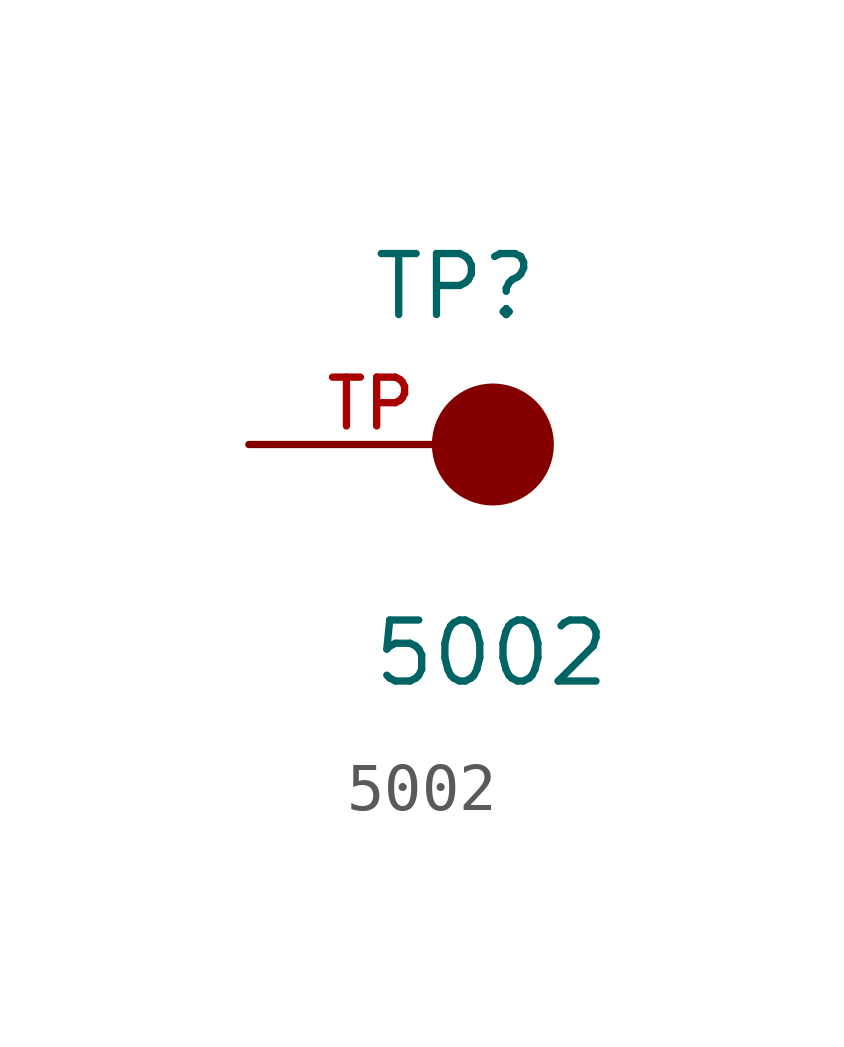
<source format=kicad_sym>
(kicad_symbol_lib
  (version 20231120)
  (generator "kicad_symbol_editor")
  (generator_version "8.0")
  (symbol "5002"
    (pin_names
      (offset 1.016))
    (property "Reference" "TP"
      (at -2.544 2.542 0)
      (effects (font (size 1.27 1.27)) (justify left bottom)))
    (property "Value" "5002"
      (at -2.55 -5.087 0)
      (effects (font (size 1.27 1.27)) (justify left bottom)))
    (symbol "5002_0_0"
      (circle (center 0 0) (radius 0.635) (stroke (width 1.27) (type default)) (fill (type none)))
      (pin passive line (at -5.08 0 0) (length 5.08) (name "~" (effects (font (size 1.016 1.016)))) (number "TP" (effects (font (size 1.016 1.016))))))))
</source>
